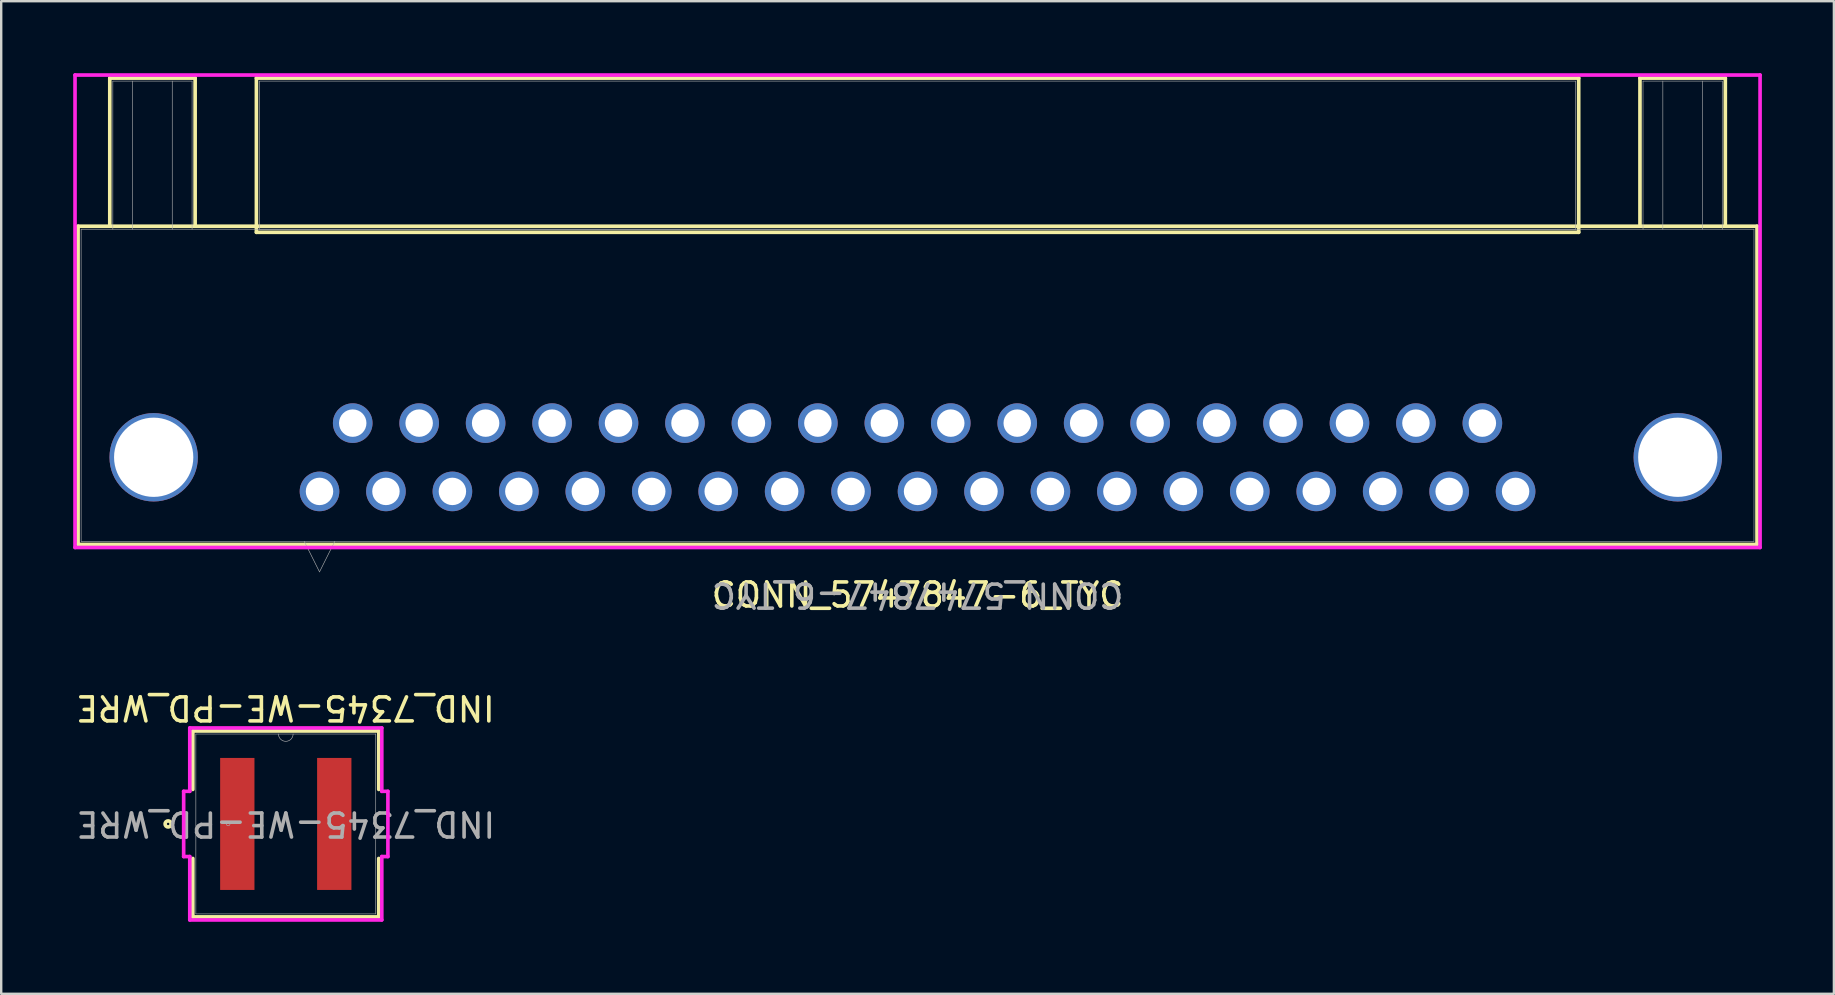
<source format=kicad_pcb>
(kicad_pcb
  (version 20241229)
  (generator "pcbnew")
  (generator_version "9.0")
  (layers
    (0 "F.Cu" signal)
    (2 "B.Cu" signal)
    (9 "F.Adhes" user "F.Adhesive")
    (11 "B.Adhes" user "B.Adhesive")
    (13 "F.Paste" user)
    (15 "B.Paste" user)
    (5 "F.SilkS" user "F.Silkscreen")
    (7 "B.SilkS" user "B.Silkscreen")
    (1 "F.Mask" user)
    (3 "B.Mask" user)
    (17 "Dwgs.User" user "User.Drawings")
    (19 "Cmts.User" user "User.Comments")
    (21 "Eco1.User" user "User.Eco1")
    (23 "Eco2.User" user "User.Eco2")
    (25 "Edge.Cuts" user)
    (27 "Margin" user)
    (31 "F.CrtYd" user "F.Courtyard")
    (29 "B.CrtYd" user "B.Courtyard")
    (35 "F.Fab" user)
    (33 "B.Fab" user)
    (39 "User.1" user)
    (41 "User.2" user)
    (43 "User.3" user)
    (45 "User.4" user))
  (footprint "CONN_5747847-6_TYC"
    (layer "F.Cu")
    (at 35.179 17.424)
    (property "Reference" "CONN_5747847-6_TYC" (at 0 4.318 0) (unlocked yes) (layer "F.SilkS") (effects (font (size 1 1) (thickness 0.15))))
    (attr through_hole)
    (fp_line (start -34.976 -11.049) (end -34.976 2.21) (stroke (width 0.152) (type solid)) (layer "F.SilkS"))
    (fp_line (start -34.976 2.21) (end 34.976 2.21) (stroke (width 0.152) (type solid)) (layer "F.SilkS"))
    (fp_line (start -33.655 -17.221) (end -30.099 -17.221) (stroke (width 0.152) (type solid)) (layer "F.SilkS"))
    (fp_line (start -33.655 -11.049) (end -33.655 -17.221) (stroke (width 0.152) (type solid)) (layer "F.SilkS"))
    (fp_line (start -30.099 -17.221) (end -30.099 -11.049) (stroke (width 0.152) (type solid)) (layer "F.SilkS"))
    (fp_line (start -27.546 -17.221) (end -27.546 -10.795) (stroke (width 0.152) (type solid)) (layer "F.SilkS"))
    (fp_line (start -27.546 -10.795) (end 27.546 -10.795) (stroke (width 0.152) (type solid)) (layer "F.SilkS"))
    (fp_line (start 27.546 -17.221) (end -27.546 -17.221) (stroke (width 0.152) (type solid)) (layer "F.SilkS"))
    (fp_line (start 27.546 -10.795) (end 27.546 -17.221) (stroke (width 0.152) (type solid)) (layer "F.SilkS"))
    (fp_line (start 30.099 -17.221) (end 33.655 -17.221) (stroke (width 0.152) (type solid)) (layer "F.SilkS"))
    (fp_line (start 30.099 -11.049) (end 30.099 -17.221) (stroke (width 0.152) (type solid)) (layer "F.SilkS"))
    (fp_line (start 33.655 -17.221) (end 33.655 -11.049) (stroke (width 0.152) (type solid)) (layer "F.SilkS"))
    (fp_line (start 34.976 -11.049) (end -34.976 -11.049) (stroke (width 0.152) (type solid)) (layer "F.SilkS"))
    (fp_line (start 34.976 2.21) (end 34.976 -11.049) (stroke (width 0.152) (type solid)) (layer "F.SilkS"))
    (fp_line (start -35.103 -17.348) (end -35.103 2.337) (stroke (width 0.152) (type solid)) (layer "F.CrtYd"))
    (fp_line (start -35.103 2.337) (end 35.103 2.337) (stroke (width 0.152) (type solid)) (layer "F.CrtYd"))
    (fp_line (start 35.103 -17.348) (end -35.103 -17.348) (stroke (width 0.152) (type solid)) (layer "F.CrtYd"))
    (fp_line (start 35.103 2.337) (end 35.103 -17.348) (stroke (width 0.152) (type solid)) (layer "F.CrtYd"))
    (fp_line (start -34.849 -10.922) (end -34.849 2.083) (stroke (width 0.025) (type solid)) (layer "F.Fab"))
    (fp_line (start -34.849 2.083) (end 34.849 2.083) (stroke (width 0.025) (type solid)) (layer "F.Fab"))
    (fp_line (start -33.528 -17.094) (end -30.226 -17.094) (stroke (width 0.025) (type solid)) (layer "F.Fab"))
    (fp_line (start -33.528 -10.922) (end -33.528 -17.094) (stroke (width 0.025) (type solid)) (layer "F.Fab"))
    (fp_line (start -32.703 -10.922) (end -32.703 -17.094) (stroke (width 0.025) (type solid)) (layer "F.Fab"))
    (fp_line (start -31.052 -17.094) (end -31.052 -10.922) (stroke (width 0.025) (type solid)) (layer "F.Fab"))
    (fp_line (start -30.226 -17.094) (end -30.226 -10.922) (stroke (width 0.025) (type solid)) (layer "F.Fab"))
    (fp_line (start -27.419 -17.094) (end -27.419 -10.922) (stroke (width 0.025) (type solid)) (layer "F.Fab"))
    (fp_line (start -27.419 -10.922) (end 27.419 -10.922) (stroke (width 0.025) (type solid)) (layer "F.Fab"))
    (fp_line (start -25.552 2.083) (end -24.917 3.353) (stroke (width 0.025) (type solid)) (layer "F.Fab"))
    (fp_line (start -24.282 2.083) (end -24.917 3.353) (stroke (width 0.025) (type solid)) (layer "F.Fab"))
    (fp_line (start 27.419 -17.094) (end -27.419 -17.094) (stroke (width 0.025) (type solid)) (layer "F.Fab"))
    (fp_line (start 27.419 -10.922) (end 27.419 -17.094) (stroke (width 0.025) (type solid)) (layer "F.Fab"))
    (fp_line (start 30.226 -17.094) (end 33.528 -17.094) (stroke (width 0.025) (type solid)) (layer "F.Fab"))
    (fp_line (start 30.226 -10.922) (end 30.226 -17.094) (stroke (width 0.025) (type solid)) (layer "F.Fab"))
    (fp_line (start 31.052 -10.922) (end 31.052 -17.094) (stroke (width 0.025) (type solid)) (layer "F.Fab"))
    (fp_line (start 32.703 -17.094) (end 32.703 -10.922) (stroke (width 0.025) (type solid)) (layer "F.Fab"))
    (fp_line (start 33.528 -17.094) (end 33.528 -10.922) (stroke (width 0.025) (type solid)) (layer "F.Fab"))
    (fp_line (start 34.849 -10.922) (end -34.849 -10.922) (stroke (width 0.025) (type solid)) (layer "F.Fab"))
    (fp_line (start 34.849 2.083) (end 34.849 -10.922) (stroke (width 0.025) (type solid)) (layer "F.Fab"))
    (fp_text user "${REFERENCE}" (at 0 4.318 180) (unlocked yes) (layer "F.Fab") (effects (font (size 1 1) (thickness 0.15))))
    (pad "1" thru_hole circle (at -24.917 0 180) (size 1.651 1.651) (drill 1.143) (layers "*.Cu" "*.Mask"))
    (pad "2" thru_hole circle (at -22.149 0 180) (size 1.651 1.651) (drill 1.143) (layers "*.Cu" "*.Mask"))
    (pad "3" thru_hole circle (at -19.38 0 180) (size 1.651 1.651) (drill 1.143) (layers "*.Cu" "*.Mask"))
    (pad "4" thru_hole circle (at -16.612 0 180) (size 1.651 1.651) (drill 1.143) (layers "*.Cu" "*.Mask"))
    (pad "5" thru_hole circle (at -13.843 0 180) (size 1.651 1.651) (drill 1.143) (layers "*.Cu" "*.Mask"))
    (pad "6" thru_hole circle (at -11.074 0 180) (size 1.651 1.651) (drill 1.143) (layers "*.Cu" "*.Mask"))
    (pad "7" thru_hole circle (at -8.306 0 180) (size 1.651 1.651) (drill 1.143) (layers "*.Cu" "*.Mask"))
    (pad "8" thru_hole circle (at -5.537 0 180) (size 1.651 1.651) (drill 1.143) (layers "*.Cu" "*.Mask"))
    (pad "9" thru_hole circle (at -2.769 0 180) (size 1.651 1.651) (drill 1.143) (layers "*.Cu" "*.Mask"))
    (pad "10" thru_hole circle (at 0 0 180) (size 1.651 1.651) (drill 1.143) (layers "*.Cu" "*.Mask"))
    (pad "11" thru_hole circle (at 2.769 0 180) (size 1.651 1.651) (drill 1.143) (layers "*.Cu" "*.Mask"))
    (pad "12" thru_hole circle (at 5.537 0 180) (size 1.651 1.651) (drill 1.143) (layers "*.Cu" "*.Mask"))
    (pad "13" thru_hole circle (at 8.306 0 180) (size 1.651 1.651) (drill 1.143) (layers "*.Cu" "*.Mask"))
    (pad "14" thru_hole circle (at 11.074 0 180) (size 1.651 1.651) (drill 1.143) (layers "*.Cu" "*.Mask"))
    (pad "15" thru_hole circle (at 13.843 0 180) (size 1.651 1.651) (drill 1.143) (layers "*.Cu" "*.Mask"))
    (pad "16" thru_hole circle (at 16.612 0 180) (size 1.651 1.651) (drill 1.143) (layers "*.Cu" "*.Mask"))
    (pad "17" thru_hole circle (at 19.38 0 180) (size 1.651 1.651) (drill 1.143) (layers "*.Cu" "*.Mask"))
    (pad "18" thru_hole circle (at 22.149 0 180) (size 1.651 1.651) (drill 1.143) (layers "*.Cu" "*.Mask"))
    (pad "19" thru_hole circle (at 24.917 0 180) (size 1.651 1.651) (drill 1.143) (layers "*.Cu" "*.Mask"))
    (pad "20" thru_hole circle (at -23.533 -2.845 180) (size 1.651 1.651) (drill 1.143) (layers "*.Cu" "*.Mask"))
    (pad "21" thru_hole circle (at -20.765 -2.845 180) (size 1.651 1.651) (drill 1.143) (layers "*.Cu" "*.Mask"))
    (pad "22" thru_hole circle (at -17.996 -2.845 180) (size 1.651 1.651) (drill 1.143) (layers "*.Cu" "*.Mask"))
    (pad "23" thru_hole circle (at -15.227 -2.845 180) (size 1.651 1.651) (drill 1.143) (layers "*.Cu" "*.Mask"))
    (pad "24" thru_hole circle (at -12.459 -2.845 180) (size 1.651 1.651) (drill 1.143) (layers "*.Cu" "*.Mask"))
    (pad "25" thru_hole circle (at -9.69 -2.845 180) (size 1.651 1.651) (drill 1.143) (layers "*.Cu" "*.Mask"))
    (pad "26" thru_hole circle (at -6.921 -2.845 180) (size 1.651 1.651) (drill 1.143) (layers "*.Cu" "*.Mask"))
    (pad "27" thru_hole circle (at -4.153 -2.845 180) (size 1.651 1.651) (drill 1.143) (layers "*.Cu" "*.Mask"))
    (pad "28" thru_hole circle (at -1.384 -2.845 180) (size 1.651 1.651) (drill 1.143) (layers "*.Cu" "*.Mask"))
    (pad "29" thru_hole circle (at 1.384 -2.845 180) (size 1.651 1.651) (drill 1.143) (layers "*.Cu" "*.Mask"))
    (pad "30" thru_hole circle (at 4.153 -2.845 180) (size 1.651 1.651) (drill 1.143) (layers "*.Cu" "*.Mask"))
    (pad "31" thru_hole circle (at 6.921 -2.845 180) (size 1.651 1.651) (drill 1.143) (layers "*.Cu" "*.Mask"))
    (pad "32" thru_hole circle (at 9.69 -2.845 180) (size 1.651 1.651) (drill 1.143) (layers "*.Cu" "*.Mask"))
    (pad "33" thru_hole circle (at 12.459 -2.845 180) (size 1.651 1.651) (drill 1.143) (layers "*.Cu" "*.Mask"))
    (pad "34" thru_hole circle (at 15.227 -2.845 180) (size 1.651 1.651) (drill 1.143) (layers "*.Cu" "*.Mask"))
    (pad "35" thru_hole circle (at 17.996 -2.845 180) (size 1.651 1.651) (drill 1.143) (layers "*.Cu" "*.Mask"))
    (pad "36" thru_hole circle (at 20.765 -2.845 180) (size 1.651 1.651) (drill 1.143) (layers "*.Cu" "*.Mask"))
    (pad "37" thru_hole circle (at 23.533 -2.845 180) (size 1.651 1.651) (drill 1.143) (layers "*.Cu" "*.Mask"))
    (pad "38" thru_hole circle (at -31.826 -1.422 180) (size 3.683 3.683) (drill 3.302) (layers "*.Cu" "*.Mask"))
    (pad "39" thru_hole circle (at 31.674 -1.422 180) (size 3.683 3.683) (drill 3.302) (layers "*.Cu" "*.Mask")))
  (footprint "IND_7345-WE-PD_WRE"
    (layer "F.Cu")
    (at 8.857 31.279)
    (property "Reference" "IND_7345-WE-PD_WRE" (at -0.017 -4.84 180) (unlocked yes) (layer "F.SilkS") (effects (font (size 1 1) (thickness 0.15))))
    (attr smd)
    (fp_line (start -3.873 -3.873) (end -3.873 -1.438) (stroke (width 0.152) (type solid)) (layer "F.SilkS"))
    (fp_line (start -3.873 1.438) (end -3.873 3.873) (stroke (width 0.152) (type solid)) (layer "F.SilkS"))
    (fp_line (start -3.873 3.873) (end 3.873 3.873) (stroke (width 0.152) (type solid)) (layer "F.SilkS"))
    (fp_line (start 3.873 -3.873) (end -3.873 -3.873) (stroke (width 0.152) (type solid)) (layer "F.SilkS"))
    (fp_line (start 3.873 -1.438) (end 3.873 -3.873) (stroke (width 0.152) (type solid)) (layer "F.SilkS"))
    (fp_line (start 3.873 3.873) (end 3.873 1.438) (stroke (width 0.152) (type solid)) (layer "F.SilkS"))
    (fp_circle (center -4.902 0) (end -4.775 0) (stroke (width 0.152) (type solid)) (fill no) (layer "F.SilkS"))
    (fp_line (start -4.255 -1.359) (end -4 -1.359) (stroke (width 0.152) (type solid)) (layer "F.CrtYd"))
    (fp_line (start -4.255 1.359) (end -4.255 -1.359) (stroke (width 0.152) (type solid)) (layer "F.CrtYd"))
    (fp_line (start -4.255 1.359) (end -4 1.359) (stroke (width 0.152) (type solid)) (layer "F.CrtYd"))
    (fp_line (start -4 -4) (end 4 -4) (stroke (width 0.152) (type solid)) (layer "F.CrtYd"))
    (fp_line (start -4 -1.359) (end -4 -4) (stroke (width 0.152) (type solid)) (layer "F.CrtYd"))
    (fp_line (start -4 4) (end -4 1.359) (stroke (width 0.152) (type solid)) (layer "F.CrtYd"))
    (fp_line (start 4 -4) (end 4 -1.359) (stroke (width 0.152) (type solid)) (layer "F.CrtYd"))
    (fp_line (start 4 1.359) (end 4 4) (stroke (width 0.152) (type solid)) (layer "F.CrtYd"))
    (fp_line (start 4 4) (end -4 4) (stroke (width 0.152) (type solid)) (layer "F.CrtYd"))
    (fp_line (start 4.255 -1.359) (end 4 -1.359) (stroke (width 0.152) (type solid)) (layer "F.CrtYd"))
    (fp_line (start 4.255 -1.359) (end 4.255 1.359) (stroke (width 0.152) (type solid)) (layer "F.CrtYd"))
    (fp_line (start 4.255 1.359) (end 4 1.359) (stroke (width 0.152) (type solid)) (layer "F.CrtYd"))
    (fp_line (start -3.747 -3.747) (end -3.747 3.747) (stroke (width 0.025) (type solid)) (layer "F.Fab"))
    (fp_line (start -3.747 3.747) (end 3.747 3.747) (stroke (width 0.025) (type solid)) (layer "F.Fab"))
    (fp_line (start 3.747 -3.747) (end -3.747 -3.747) (stroke (width 0.025) (type solid)) (layer "F.Fab"))
    (fp_line (start 3.747 3.747) (end 3.747 -3.747) (stroke (width 0.025) (type solid)) (layer "F.Fab"))
    (fp_arc (start 0.3048 -3.7465) (mid 0 -3.4417) (end -0.3048 -3.7465) (stroke (width 0.0254) (type solid)) (layer "F.Fab"))
    (fp_circle (center -2.4 0) (end -2.324 0) (stroke (width 0.025) (type solid)) (fill no) (layer "F.Fab"))
    (fp_text user "${REFERENCE}" (at 0 0 180) (unlocked yes) (layer "F.Fab") (effects (font (size 1 1) (thickness 0.15))))
    (pad "1" smd rect (at -2.02 0 180) (size 1.43 5.5) (layers "F.Cu" "F.Mask" "F.Paste"))
    (pad "2" smd rect (at 2.02 0 180) (size 1.43 5.5) (layers "F.Cu" "F.Mask" "F.Paste")))
  (gr_rect
    (start -3 -3)
    (end 73.358 38.356)
    (stroke (width 0.1) (type default))
    (fill no)
    (layer "Edge.Cuts")))
</source>
